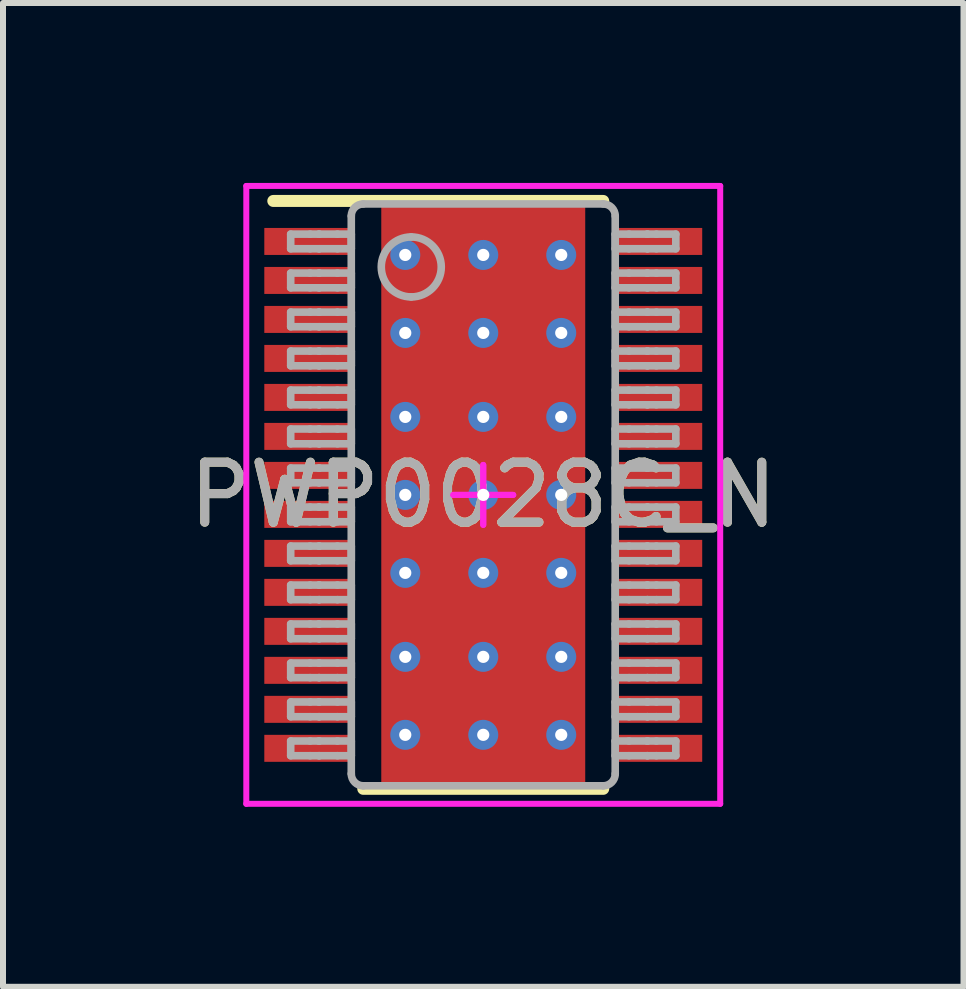
<source format=kicad_pcb>
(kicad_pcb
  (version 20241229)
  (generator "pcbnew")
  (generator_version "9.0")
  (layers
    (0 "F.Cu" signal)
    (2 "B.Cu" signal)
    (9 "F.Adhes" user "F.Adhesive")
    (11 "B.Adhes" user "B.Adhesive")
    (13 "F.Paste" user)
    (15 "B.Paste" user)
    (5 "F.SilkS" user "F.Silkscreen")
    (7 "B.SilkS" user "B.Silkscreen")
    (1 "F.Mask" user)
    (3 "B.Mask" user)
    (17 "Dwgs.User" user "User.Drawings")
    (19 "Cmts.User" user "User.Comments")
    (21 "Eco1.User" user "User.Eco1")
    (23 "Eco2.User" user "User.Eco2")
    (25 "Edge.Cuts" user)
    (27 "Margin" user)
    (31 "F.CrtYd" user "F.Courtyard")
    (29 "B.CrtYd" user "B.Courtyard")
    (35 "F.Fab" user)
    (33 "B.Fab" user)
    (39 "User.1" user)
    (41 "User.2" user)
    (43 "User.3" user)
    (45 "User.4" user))
  (footprint "PWP0028C_N"
    (layer "F.Cu")
    (at 5.006 5.2)
    (property "Reference" "PWP0028C_N" (at 0 0 0) (unlocked yes) (layer "F.SilkS") (effects (font (size 1 1) (thickness 0.15))))
    (attr smd)
    (fp_poly (pts (xy -1.55 2.543) (xy -1.55 -2.543) (xy -1.549 -2.553) (xy -1.546 -2.561) (xy -1.542 -2.569) (xy -1.536 -2.576) (xy -1.529 -2.582) (xy -1.521 -2.586) (xy -1.513 -2.589) (xy -1.504 -2.59) (xy 1.504 -2.59) (xy 1.513 -2.589) (xy 1.521 -2.586) (xy 1.529 -2.582) (xy 1.536 -2.576) (xy 1.542 -2.569) (xy 1.546 -2.561) (xy 1.549 -2.553) (xy 1.55 -2.543) (xy 1.55 2.543) (xy 1.549 2.553) (xy 1.546 2.561) (xy 1.542 2.569) (xy 1.536 2.576) (xy 1.529 2.582) (xy 1.521 2.586) (xy 1.513 2.589) (xy 1.504 2.59) (xy -1.504 2.59) (xy -1.513 2.589) (xy -1.521 2.586) (xy -1.529 2.582) (xy -1.536 2.576) (xy -1.542 2.569) (xy -1.546 2.561) (xy -1.549 2.553)) (stroke (width 0) (type solid)) (fill yes) (layer "F.Mask"))
    (fp_line (start -3.5 -4.9) (end 2 -4.9) (stroke (width 0.2) (type solid)) (layer "F.SilkS"))
    (fp_line (start -2 4.9) (end 2 4.9) (stroke (width 0.2) (type solid)) (layer "F.SilkS"))
    (fp_poly (pts (xy -1.55 2.543) (xy -1.55 -2.543) (xy -1.549 -2.553) (xy -1.546 -2.561) (xy -1.542 -2.569) (xy -1.536 -2.576) (xy -1.529 -2.582) (xy -1.521 -2.586) (xy -1.513 -2.589) (xy -1.504 -2.59) (xy 1.504 -2.59) (xy 1.513 -2.589) (xy 1.521 -2.586) (xy 1.529 -2.582) (xy 1.536 -2.576) (xy 1.542 -2.569) (xy 1.546 -2.561) (xy 1.549 -2.553) (xy 1.55 -2.543) (xy 1.55 2.543) (xy 1.549 2.553) (xy 1.546 2.561) (xy 1.542 2.569) (xy 1.536 2.576) (xy 1.529 2.582) (xy 1.521 2.586) (xy 1.513 2.589) (xy 1.504 2.59) (xy -1.504 2.59) (xy -1.513 2.589) (xy -1.521 2.586) (xy -1.529 2.582) (xy -1.536 2.576) (xy -1.542 2.569) (xy -1.546 2.561) (xy -1.549 2.553)) (stroke (width 0) (type solid)) (fill yes) (layer "F.Paste"))
    (fp_line (start -3.95 -5.15) (end 3.95 -5.15) (stroke (width 0.1) (type solid)) (layer "F.CrtYd"))
    (fp_line (start -3.95 5.15) (end -3.95 -5.15) (stroke (width 0.1) (type solid)) (layer "F.CrtYd"))
    (fp_line (start -3.95 5.15) (end 3.95 5.15) (stroke (width 0.1) (type solid)) (layer "F.CrtYd"))
    (fp_line (start -0.5 0) (end 0.5 0) (stroke (width 0.1) (type solid)) (layer "F.CrtYd"))
    (fp_line (start -0.5 0) (end 0.5 0) (stroke (width 0.1) (type solid)) (layer "F.CrtYd"))
    (fp_line (start 0 0.5) (end 0 -0.5) (stroke (width 0.1) (type solid)) (layer "F.CrtYd"))
    (fp_line (start 0 0.5) (end 0 -0.5) (stroke (width 0.1) (type solid)) (layer "F.CrtYd"))
    (fp_line (start 3.95 5.15) (end 3.95 -5.15) (stroke (width 0.1) (type solid)) (layer "F.CrtYd"))
    (fp_line (start -3.21 -4.347) (end -2.887 -4.347) (stroke (width 0.127) (type solid)) (layer "F.Fab"))
    (fp_line (start -3.21 -4.103) (end -3.21 -4.347) (stroke (width 0.127) (type solid)) (layer "F.Fab"))
    (fp_line (start -3.21 -4.103) (end -2.887 -4.103) (stroke (width 0.127) (type solid)) (layer "F.Fab"))
    (fp_line (start -3.21 -3.698) (end -2.887 -3.698) (stroke (width 0.127) (type solid)) (layer "F.Fab"))
    (fp_line (start -3.21 -3.452) (end -3.21 -3.698) (stroke (width 0.127) (type solid)) (layer "F.Fab"))
    (fp_line (start -3.21 -3.452) (end -2.887 -3.452) (stroke (width 0.127) (type solid)) (layer "F.Fab"))
    (fp_line (start -3.21 -3.047) (end -2.887 -3.047) (stroke (width 0.127) (type solid)) (layer "F.Fab"))
    (fp_line (start -3.21 -2.803) (end -3.21 -3.047) (stroke (width 0.127) (type solid)) (layer "F.Fab"))
    (fp_line (start -3.21 -2.803) (end -2.887 -2.803) (stroke (width 0.127) (type solid)) (layer "F.Fab"))
    (fp_line (start -3.21 -2.398) (end -2.887 -2.398) (stroke (width 0.127) (type solid)) (layer "F.Fab"))
    (fp_line (start -3.21 -2.152) (end -3.21 -2.398) (stroke (width 0.127) (type solid)) (layer "F.Fab"))
    (fp_line (start -3.21 -2.152) (end -2.887 -2.152) (stroke (width 0.127) (type solid)) (layer "F.Fab"))
    (fp_line (start -3.21 -1.747) (end -2.887 -1.747) (stroke (width 0.127) (type solid)) (layer "F.Fab"))
    (fp_line (start -3.21 -1.502) (end -3.21 -1.747) (stroke (width 0.127) (type solid)) (layer "F.Fab"))
    (fp_line (start -3.21 -1.502) (end -2.887 -1.502) (stroke (width 0.127) (type solid)) (layer "F.Fab"))
    (fp_line (start -3.21 -1.098) (end -2.887 -1.098) (stroke (width 0.127) (type solid)) (layer "F.Fab"))
    (fp_line (start -3.21 -0.852) (end -3.21 -1.098) (stroke (width 0.127) (type solid)) (layer "F.Fab"))
    (fp_line (start -3.21 -0.852) (end -2.887 -0.852) (stroke (width 0.127) (type solid)) (layer "F.Fab"))
    (fp_line (start -3.21 -0.447) (end -2.887 -0.447) (stroke (width 0.127) (type solid)) (layer "F.Fab"))
    (fp_line (start -3.21 -0.202) (end -3.21 -0.447) (stroke (width 0.127) (type solid)) (layer "F.Fab"))
    (fp_line (start -3.21 -0.202) (end -2.887 -0.202) (stroke (width 0.127) (type solid)) (layer "F.Fab"))
    (fp_line (start -3.21 0.203) (end -2.887 0.203) (stroke (width 0.127) (type solid)) (layer "F.Fab"))
    (fp_line (start -3.21 0.448) (end -3.21 0.203) (stroke (width 0.127) (type solid)) (layer "F.Fab"))
    (fp_line (start -3.21 0.448) (end -2.887 0.448) (stroke (width 0.127) (type solid)) (layer "F.Fab"))
    (fp_line (start -3.21 0.853) (end -2.887 0.853) (stroke (width 0.127) (type solid)) (layer "F.Fab"))
    (fp_line (start -3.21 1.098) (end -3.21 0.853) (stroke (width 0.127) (type solid)) (layer "F.Fab"))
    (fp_line (start -3.21 1.098) (end -2.887 1.098) (stroke (width 0.127) (type solid)) (layer "F.Fab"))
    (fp_line (start -3.21 1.503) (end -2.887 1.503) (stroke (width 0.127) (type solid)) (layer "F.Fab"))
    (fp_line (start -3.21 1.747) (end -3.21 1.503) (stroke (width 0.127) (type solid)) (layer "F.Fab"))
    (fp_line (start -3.21 1.747) (end -2.887 1.747) (stroke (width 0.127) (type solid)) (layer "F.Fab"))
    (fp_line (start -3.21 2.152) (end -2.887 2.152) (stroke (width 0.127) (type solid)) (layer "F.Fab"))
    (fp_line (start -3.21 2.398) (end -3.21 2.152) (stroke (width 0.127) (type solid)) (layer "F.Fab"))
    (fp_line (start -3.21 2.398) (end -2.887 2.398) (stroke (width 0.127) (type solid)) (layer "F.Fab"))
    (fp_line (start -3.21 2.803) (end -2.887 2.803) (stroke (width 0.127) (type solid)) (layer "F.Fab"))
    (fp_line (start -3.21 3.047) (end -3.21 2.803) (stroke (width 0.127) (type solid)) (layer "F.Fab"))
    (fp_line (start -3.21 3.047) (end -2.887 3.047) (stroke (width 0.127) (type solid)) (layer "F.Fab"))
    (fp_line (start -3.21 3.452) (end -2.887 3.452) (stroke (width 0.127) (type solid)) (layer "F.Fab"))
    (fp_line (start -3.21 3.698) (end -3.21 3.452) (stroke (width 0.127) (type solid)) (layer "F.Fab"))
    (fp_line (start -3.21 3.698) (end -2.887 3.698) (stroke (width 0.127) (type solid)) (layer "F.Fab"))
    (fp_line (start -3.21 4.103) (end -2.887 4.103) (stroke (width 0.127) (type solid)) (layer "F.Fab"))
    (fp_line (start -3.21 4.348) (end -3.21 4.103) (stroke (width 0.127) (type solid)) (layer "F.Fab"))
    (fp_line (start -3.21 4.348) (end -2.887 4.348) (stroke (width 0.127) (type solid)) (layer "F.Fab"))
    (fp_line (start -2.887 -4.347) (end -2.739 -4.347) (stroke (width 0.127) (type solid)) (layer "F.Fab"))
    (fp_line (start -2.887 -4.103) (end -2.739 -4.103) (stroke (width 0.127) (type solid)) (layer "F.Fab"))
    (fp_line (start -2.887 -3.698) (end -2.739 -3.698) (stroke (width 0.127) (type solid)) (layer "F.Fab"))
    (fp_line (start -2.887 -3.452) (end -2.739 -3.452) (stroke (width 0.127) (type solid)) (layer "F.Fab"))
    (fp_line (start -2.887 -3.047) (end -2.739 -3.047) (stroke (width 0.127) (type solid)) (layer "F.Fab"))
    (fp_line (start -2.887 -2.803) (end -2.739 -2.803) (stroke (width 0.127) (type solid)) (layer "F.Fab"))
    (fp_line (start -2.887 -2.398) (end -2.739 -2.398) (stroke (width 0.127) (type solid)) (layer "F.Fab"))
    (fp_line (start -2.887 -2.152) (end -2.739 -2.152) (stroke (width 0.127) (type solid)) (layer "F.Fab"))
    (fp_line (start -2.887 -1.747) (end -2.739 -1.747) (stroke (width 0.127) (type solid)) (layer "F.Fab"))
    (fp_line (start -2.887 -1.502) (end -2.739 -1.502) (stroke (width 0.127) (type solid)) (layer "F.Fab"))
    (fp_line (start -2.887 -1.098) (end -2.739 -1.098) (stroke (width 0.127) (type solid)) (layer "F.Fab"))
    (fp_line (start -2.887 -0.852) (end -2.739 -0.852) (stroke (width 0.127) (type solid)) (layer "F.Fab"))
    (fp_line (start -2.887 -0.447) (end -2.739 -0.447) (stroke (width 0.127) (type solid)) (layer "F.Fab"))
    (fp_line (start -2.887 -0.202) (end -2.739 -0.202) (stroke (width 0.127) (type solid)) (layer "F.Fab"))
    (fp_line (start -2.887 0.203) (end -2.739 0.203) (stroke (width 0.127) (type solid)) (layer "F.Fab"))
    (fp_line (start -2.887 0.448) (end -2.739 0.448) (stroke (width 0.127) (type solid)) (layer "F.Fab"))
    (fp_line (start -2.887 0.853) (end -2.739 0.853) (stroke (width 0.127) (type solid)) (layer "F.Fab"))
    (fp_line (start -2.887 1.098) (end -2.739 1.098) (stroke (width 0.127) (type solid)) (layer "F.Fab"))
    (fp_line (start -2.887 1.503) (end -2.739 1.503) (stroke (width 0.127) (type solid)) (layer "F.Fab"))
    (fp_line (start -2.887 1.747) (end -2.739 1.747) (stroke (width 0.127) (type solid)) (layer "F.Fab"))
    (fp_line (start -2.887 2.152) (end -2.739 2.152) (stroke (width 0.127) (type solid)) (layer "F.Fab"))
    (fp_line (start -2.887 2.398) (end -2.739 2.398) (stroke (width 0.127) (type solid)) (layer "F.Fab"))
    (fp_line (start -2.887 2.803) (end -2.739 2.803) (stroke (width 0.127) (type solid)) (layer "F.Fab"))
    (fp_line (start -2.887 3.047) (end -2.739 3.047) (stroke (width 0.127) (type solid)) (layer "F.Fab"))
    (fp_line (start -2.887 3.452) (end -2.739 3.452) (stroke (width 0.127) (type solid)) (layer "F.Fab"))
    (fp_line (start -2.887 3.698) (end -2.739 3.698) (stroke (width 0.127) (type solid)) (layer "F.Fab"))
    (fp_line (start -2.887 4.103) (end -2.739 4.103) (stroke (width 0.127) (type solid)) (layer "F.Fab"))
    (fp_line (start -2.887 4.348) (end -2.739 4.348) (stroke (width 0.127) (type solid)) (layer "F.Fab"))
    (fp_line (start -2.739 -4.347) (end -2.733 -4.347) (stroke (width 0.127) (type solid)) (layer "F.Fab"))
    (fp_line (start -2.739 -4.103) (end -2.733 -4.103) (stroke (width 0.127) (type solid)) (layer "F.Fab"))
    (fp_line (start -2.739 -3.698) (end -2.733 -3.698) (stroke (width 0.127) (type solid)) (layer "F.Fab"))
    (fp_line (start -2.739 -3.452) (end -2.733 -3.452) (stroke (width 0.127) (type solid)) (layer "F.Fab"))
    (fp_line (start -2.739 -3.047) (end -2.733 -3.047) (stroke (width 0.127) (type solid)) (layer "F.Fab"))
    (fp_line (start -2.739 -2.803) (end -2.733 -2.803) (stroke (width 0.127) (type solid)) (layer "F.Fab"))
    (fp_line (start -2.739 -2.398) (end -2.733 -2.398) (stroke (width 0.127) (type solid)) (layer "F.Fab"))
    (fp_line (start -2.739 -2.152) (end -2.733 -2.152) (stroke (width 0.127) (type solid)) (layer "F.Fab"))
    (fp_line (start -2.739 -1.747) (end -2.733 -1.747) (stroke (width 0.127) (type solid)) (layer "F.Fab"))
    (fp_line (start -2.739 -1.502) (end -2.733 -1.502) (stroke (width 0.127) (type solid)) (layer "F.Fab"))
    (fp_line (start -2.739 -1.098) (end -2.733 -1.098) (stroke (width 0.127) (type solid)) (layer "F.Fab"))
    (fp_line (start -2.739 -0.852) (end -2.733 -0.852) (stroke (width 0.127) (type solid)) (layer "F.Fab"))
    (fp_line (start -2.739 -0.447) (end -2.733 -0.447) (stroke (width 0.127) (type solid)) (layer "F.Fab"))
    (fp_line (start -2.739 -0.202) (end -2.733 -0.202) (stroke (width 0.127) (type solid)) (layer "F.Fab"))
    (fp_line (start -2.739 0.203) (end -2.733 0.203) (stroke (width 0.127) (type solid)) (layer "F.Fab"))
    (fp_line (start -2.739 0.448) (end -2.733 0.448) (stroke (width 0.127) (type solid)) (layer "F.Fab"))
    (fp_line (start -2.739 0.853) (end -2.733 0.853) (stroke (width 0.127) (type solid)) (layer "F.Fab"))
    (fp_line (start -2.739 1.098) (end -2.733 1.098) (stroke (width 0.127) (type solid)) (layer "F.Fab"))
    (fp_line (start -2.739 1.503) (end -2.733 1.503) (stroke (width 0.127) (type solid)) (layer "F.Fab"))
    (fp_line (start -2.739 1.747) (end -2.733 1.747) (stroke (width 0.127) (type solid)) (layer "F.Fab"))
    (fp_line (start -2.739 2.152) (end -2.733 2.152) (stroke (width 0.127) (type solid)) (layer "F.Fab"))
    (fp_line (start -2.739 2.398) (end -2.733 2.398) (stroke (width 0.127) (type solid)) (layer "F.Fab"))
    (fp_line (start -2.739 2.803) (end -2.733 2.803) (stroke (width 0.127) (type solid)) (layer "F.Fab"))
    (fp_line (start -2.739 3.047) (end -2.733 3.047) (stroke (width 0.127) (type solid)) (layer "F.Fab"))
    (fp_line (start -2.739 3.452) (end -2.733 3.452) (stroke (width 0.127) (type solid)) (layer "F.Fab"))
    (fp_line (start -2.739 3.698) (end -2.733 3.698) (stroke (width 0.127) (type solid)) (layer "F.Fab"))
    (fp_line (start -2.739 4.103) (end -2.733 4.103) (stroke (width 0.127) (type solid)) (layer "F.Fab"))
    (fp_line (start -2.739 4.348) (end -2.733 4.348) (stroke (width 0.127) (type solid)) (layer "F.Fab"))
    (fp_line (start -2.733 -4.347) (end -2.431 -4.347) (stroke (width 0.127) (type solid)) (layer "F.Fab"))
    (fp_line (start -2.733 -4.103) (end -2.431 -4.103) (stroke (width 0.127) (type solid)) (layer "F.Fab"))
    (fp_line (start -2.733 -3.698) (end -2.431 -3.698) (stroke (width 0.127) (type solid)) (layer "F.Fab"))
    (fp_line (start -2.733 -3.452) (end -2.431 -3.452) (stroke (width 0.127) (type solid)) (layer "F.Fab"))
    (fp_line (start -2.733 -3.047) (end -2.431 -3.047) (stroke (width 0.127) (type solid)) (layer "F.Fab"))
    (fp_line (start -2.733 -2.803) (end -2.431 -2.803) (stroke (width 0.127) (type solid)) (layer "F.Fab"))
    (fp_line (start -2.733 -2.398) (end -2.431 -2.398) (stroke (width 0.127) (type solid)) (layer "F.Fab"))
    (fp_line (start -2.733 -2.152) (end -2.431 -2.152) (stroke (width 0.127) (type solid)) (layer "F.Fab"))
    (fp_line (start -2.733 -1.747) (end -2.431 -1.747) (stroke (width 0.127) (type solid)) (layer "F.Fab"))
    (fp_line (start -2.733 -1.502) (end -2.431 -1.502) (stroke (width 0.127) (type solid)) (layer "F.Fab"))
    (fp_line (start -2.733 -1.098) (end -2.431 -1.098) (stroke (width 0.127) (type solid)) (layer "F.Fab"))
    (fp_line (start -2.733 -0.852) (end -2.431 -0.852) (stroke (width 0.127) (type solid)) (layer "F.Fab"))
    (fp_line (start -2.733 -0.447) (end -2.431 -0.447) (stroke (width 0.127) (type solid)) (layer "F.Fab"))
    (fp_line (start -2.733 -0.202) (end -2.431 -0.202) (stroke (width 0.127) (type solid)) (layer "F.Fab"))
    (fp_line (start -2.733 0.203) (end -2.431 0.203) (stroke (width 0.127) (type solid)) (layer "F.Fab"))
    (fp_line (start -2.733 0.448) (end -2.431 0.448) (stroke (width 0.127) (type solid)) (layer "F.Fab"))
    (fp_line (start -2.733 0.853) (end -2.431 0.853) (stroke (width 0.127) (type solid)) (layer "F.Fab"))
    (fp_line (start -2.733 1.098) (end -2.431 1.098) (stroke (width 0.127) (type solid)) (layer "F.Fab"))
    (fp_line (start -2.733 1.503) (end -2.431 1.503) (stroke (width 0.127) (type solid)) (layer "F.Fab"))
    (fp_line (start -2.733 1.747) (end -2.431 1.747) (stroke (width 0.127) (type solid)) (layer "F.Fab"))
    (fp_line (start -2.733 2.152) (end -2.431 2.152) (stroke (width 0.127) (type solid)) (layer "F.Fab"))
    (fp_line (start -2.733 2.398) (end -2.431 2.398) (stroke (width 0.127) (type solid)) (layer "F.Fab"))
    (fp_line (start -2.733 2.803) (end -2.431 2.803) (stroke (width 0.127) (type solid)) (layer "F.Fab"))
    (fp_line (start -2.733 3.047) (end -2.431 3.047) (stroke (width 0.127) (type solid)) (layer "F.Fab"))
    (fp_line (start -2.733 3.452) (end -2.431 3.452) (stroke (width 0.127) (type solid)) (layer "F.Fab"))
    (fp_line (start -2.733 3.698) (end -2.431 3.698) (stroke (width 0.127) (type solid)) (layer "F.Fab"))
    (fp_line (start -2.733 4.103) (end -2.431 4.103) (stroke (width 0.127) (type solid)) (layer "F.Fab"))
    (fp_line (start -2.733 4.348) (end -2.431 4.348) (stroke (width 0.127) (type solid)) (layer "F.Fab"))
    (fp_line (start -2.431 -4.347) (end -2.2 -4.347) (stroke (width 0.127) (type solid)) (layer "F.Fab"))
    (fp_line (start -2.431 -4.103) (end -2.2 -4.103) (stroke (width 0.127) (type solid)) (layer "F.Fab"))
    (fp_line (start -2.431 -3.698) (end -2.2 -3.698) (stroke (width 0.127) (type solid)) (layer "F.Fab"))
    (fp_line (start -2.431 -3.452) (end -2.2 -3.452) (stroke (width 0.127) (type solid)) (layer "F.Fab"))
    (fp_line (start -2.431 -3.047) (end -2.2 -3.047) (stroke (width 0.127) (type solid)) (layer "F.Fab"))
    (fp_line (start -2.431 -2.803) (end -2.2 -2.803) (stroke (width 0.127) (type solid)) (layer "F.Fab"))
    (fp_line (start -2.431 -2.398) (end -2.2 -2.398) (stroke (width 0.127) (type solid)) (layer "F.Fab"))
    (fp_line (start -2.431 -2.152) (end -2.2 -2.152) (stroke (width 0.127) (type solid)) (layer "F.Fab"))
    (fp_line (start -2.431 -1.747) (end -2.2 -1.747) (stroke (width 0.127) (type solid)) (layer "F.Fab"))
    (fp_line (start -2.431 -1.502) (end -2.2 -1.502) (stroke (width 0.127) (type solid)) (layer "F.Fab"))
    (fp_line (start -2.431 -1.098) (end -2.2 -1.098) (stroke (width 0.127) (type solid)) (layer "F.Fab"))
    (fp_line (start -2.431 -0.852) (end -2.2 -0.852) (stroke (width 0.127) (type solid)) (layer "F.Fab"))
    (fp_line (start -2.431 -0.447) (end -2.2 -0.447) (stroke (width 0.127) (type solid)) (layer "F.Fab"))
    (fp_line (start -2.431 -0.202) (end -2.2 -0.202) (stroke (width 0.127) (type solid)) (layer "F.Fab"))
    (fp_line (start -2.431 0.203) (end -2.2 0.203) (stroke (width 0.127) (type solid)) (layer "F.Fab"))
    (fp_line (start -2.431 0.448) (end -2.2 0.448) (stroke (width 0.127) (type solid)) (layer "F.Fab"))
    (fp_line (start -2.431 0.853) (end -2.2 0.853) (stroke (width 0.127) (type solid)) (layer "F.Fab"))
    (fp_line (start -2.431 1.098) (end -2.2 1.098) (stroke (width 0.127) (type solid)) (layer "F.Fab"))
    (fp_line (start -2.431 1.503) (end -2.2 1.503) (stroke (width 0.127) (type solid)) (layer "F.Fab"))
    (fp_line (start -2.431 1.747) (end -2.2 1.747) (stroke (width 0.127) (type solid)) (layer "F.Fab"))
    (fp_line (start -2.431 2.152) (end -2.2 2.152) (stroke (width 0.127) (type solid)) (layer "F.Fab"))
    (fp_line (start -2.431 2.398) (end -2.2 2.398) (stroke (width 0.127) (type solid)) (layer "F.Fab"))
    (fp_line (start -2.431 2.803) (end -2.2 2.803) (stroke (width 0.127) (type solid)) (layer "F.Fab"))
    (fp_line (start -2.431 3.047) (end -2.2 3.047) (stroke (width 0.127) (type solid)) (layer "F.Fab"))
    (fp_line (start -2.431 3.452) (end -2.2 3.452) (stroke (width 0.127) (type solid)) (layer "F.Fab"))
    (fp_line (start -2.431 3.698) (end -2.2 3.698) (stroke (width 0.127) (type solid)) (layer "F.Fab"))
    (fp_line (start -2.431 4.103) (end -2.2 4.103) (stroke (width 0.127) (type solid)) (layer "F.Fab"))
    (fp_line (start -2.431 4.348) (end -2.2 4.348) (stroke (width 0.127) (type solid)) (layer "F.Fab"))
    (fp_line (start -2.2 -4.103) (end -2.2 -4.347) (stroke (width 0.127) (type solid)) (layer "F.Fab"))
    (fp_line (start -2.2 -3.452) (end -2.2 -3.698) (stroke (width 0.127) (type solid)) (layer "F.Fab"))
    (fp_line (start -2.2 -2.803) (end -2.2 -3.047) (stroke (width 0.127) (type solid)) (layer "F.Fab"))
    (fp_line (start -2.2 -2.152) (end -2.2 -2.398) (stroke (width 0.127) (type solid)) (layer "F.Fab"))
    (fp_line (start -2.2 -1.502) (end -2.2 -1.747) (stroke (width 0.127) (type solid)) (layer "F.Fab"))
    (fp_line (start -2.2 -0.852) (end -2.2 -1.098) (stroke (width 0.127) (type solid)) (layer "F.Fab"))
    (fp_line (start -2.2 -0.202) (end -2.2 -0.447) (stroke (width 0.127) (type solid)) (layer "F.Fab"))
    (fp_line (start -2.2 0.448) (end -2.2 0.203) (stroke (width 0.127) (type solid)) (layer "F.Fab"))
    (fp_line (start -2.2 1.098) (end -2.2 0.853) (stroke (width 0.127) (type solid)) (layer "F.Fab"))
    (fp_line (start -2.2 1.747) (end -2.2 1.503) (stroke (width 0.127) (type solid)) (layer "F.Fab"))
    (fp_line (start -2.2 2.398) (end -2.2 2.152) (stroke (width 0.127) (type solid)) (layer "F.Fab"))
    (fp_line (start -2.2 3.047) (end -2.2 2.803) (stroke (width 0.127) (type solid)) (layer "F.Fab"))
    (fp_line (start -2.2 3.698) (end -2.2 3.452) (stroke (width 0.127) (type solid)) (layer "F.Fab"))
    (fp_line (start -2.2 4.348) (end -2.2 4.103) (stroke (width 0.127) (type solid)) (layer "F.Fab"))
    (fp_line (start -2.2 4.65) (end -2.2 -4.65) (stroke (width 0.127) (type solid)) (layer "F.Fab"))
    (fp_line (start -2 -4.85) (end 2 -4.85) (stroke (width 0.127) (type solid)) (layer "F.Fab"))
    (fp_line (start -2 4.85) (end 2 4.85) (stroke (width 0.127) (type solid)) (layer "F.Fab"))
    (fp_line (start 2.2 -4.347) (end 2.43 -4.347) (stroke (width 0.127) (type solid)) (layer "F.Fab"))
    (fp_line (start 2.2 -4.103) (end 2.2 -4.347) (stroke (width 0.127) (type solid)) (layer "F.Fab"))
    (fp_line (start 2.2 -4.103) (end 2.43 -4.103) (stroke (width 0.127) (type solid)) (layer "F.Fab"))
    (fp_line (start 2.2 -3.698) (end 2.43 -3.698) (stroke (width 0.127) (type solid)) (layer "F.Fab"))
    (fp_line (start 2.2 -3.452) (end 2.2 -3.698) (stroke (width 0.127) (type solid)) (layer "F.Fab"))
    (fp_line (start 2.2 -3.452) (end 2.43 -3.452) (stroke (width 0.127) (type solid)) (layer "F.Fab"))
    (fp_line (start 2.2 -3.047) (end 2.43 -3.047) (stroke (width 0.127) (type solid)) (layer "F.Fab"))
    (fp_line (start 2.2 -2.803) (end 2.2 -3.047) (stroke (width 0.127) (type solid)) (layer "F.Fab"))
    (fp_line (start 2.2 -2.803) (end 2.43 -2.803) (stroke (width 0.127) (type solid)) (layer "F.Fab"))
    (fp_line (start 2.2 -2.398) (end 2.43 -2.398) (stroke (width 0.127) (type solid)) (layer "F.Fab"))
    (fp_line (start 2.2 -2.152) (end 2.2 -2.398) (stroke (width 0.127) (type solid)) (layer "F.Fab"))
    (fp_line (start 2.2 -2.152) (end 2.43 -2.152) (stroke (width 0.127) (type solid)) (layer "F.Fab"))
    (fp_line (start 2.2 -1.747) (end 2.43 -1.747) (stroke (width 0.127) (type solid)) (layer "F.Fab"))
    (fp_line (start 2.2 -1.502) (end 2.2 -1.747) (stroke (width 0.127) (type solid)) (layer "F.Fab"))
    (fp_line (start 2.2 -1.502) (end 2.43 -1.502) (stroke (width 0.127) (type solid)) (layer "F.Fab"))
    (fp_line (start 2.2 -1.098) (end 2.43 -1.098) (stroke (width 0.127) (type solid)) (layer "F.Fab"))
    (fp_line (start 2.2 -0.852) (end 2.2 -1.098) (stroke (width 0.127) (type solid)) (layer "F.Fab"))
    (fp_line (start 2.2 -0.852) (end 2.43 -0.852) (stroke (width 0.127) (type solid)) (layer "F.Fab"))
    (fp_line (start 2.2 -0.447) (end 2.43 -0.447) (stroke (width 0.127) (type solid)) (layer "F.Fab"))
    (fp_line (start 2.2 -0.202) (end 2.2 -0.447) (stroke (width 0.127) (type solid)) (layer "F.Fab"))
    (fp_line (start 2.2 -0.202) (end 2.43 -0.202) (stroke (width 0.127) (type solid)) (layer "F.Fab"))
    (fp_line (start 2.2 0.203) (end 2.43 0.203) (stroke (width 0.127) (type solid)) (layer "F.Fab"))
    (fp_line (start 2.2 0.448) (end 2.2 0.203) (stroke (width 0.127) (type solid)) (layer "F.Fab"))
    (fp_line (start 2.2 0.448) (end 2.43 0.448) (stroke (width 0.127) (type solid)) (layer "F.Fab"))
    (fp_line (start 2.2 0.853) (end 2.43 0.853) (stroke (width 0.127) (type solid)) (layer "F.Fab"))
    (fp_line (start 2.2 1.098) (end 2.2 0.853) (stroke (width 0.127) (type solid)) (layer "F.Fab"))
    (fp_line (start 2.2 1.098) (end 2.43 1.098) (stroke (width 0.127) (type solid)) (layer "F.Fab"))
    (fp_line (start 2.2 1.503) (end 2.43 1.503) (stroke (width 0.127) (type solid)) (layer "F.Fab"))
    (fp_line (start 2.2 1.747) (end 2.2 1.503) (stroke (width 0.127) (type solid)) (layer "F.Fab"))
    (fp_line (start 2.2 1.747) (end 2.43 1.747) (stroke (width 0.127) (type solid)) (layer "F.Fab"))
    (fp_line (start 2.2 2.152) (end 2.43 2.152) (stroke (width 0.127) (type solid)) (layer "F.Fab"))
    (fp_line (start 2.2 2.398) (end 2.2 2.152) (stroke (width 0.127) (type solid)) (layer "F.Fab"))
    (fp_line (start 2.2 2.398) (end 2.43 2.398) (stroke (width 0.127) (type solid)) (layer "F.Fab"))
    (fp_line (start 2.2 2.803) (end 2.43 2.803) (stroke (width 0.127) (type solid)) (layer "F.Fab"))
    (fp_line (start 2.2 3.047) (end 2.2 2.803) (stroke (width 0.127) (type solid)) (layer "F.Fab"))
    (fp_line (start 2.2 3.047) (end 2.43 3.047) (stroke (width 0.127) (type solid)) (layer "F.Fab"))
    (fp_line (start 2.2 3.452) (end 2.43 3.452) (stroke (width 0.127) (type solid)) (layer "F.Fab"))
    (fp_line (start 2.2 3.698) (end 2.2 3.452) (stroke (width 0.127) (type solid)) (layer "F.Fab"))
    (fp_line (start 2.2 3.698) (end 2.43 3.698) (stroke (width 0.127) (type solid)) (layer "F.Fab"))
    (fp_line (start 2.2 4.103) (end 2.43 4.103) (stroke (width 0.127) (type solid)) (layer "F.Fab"))
    (fp_line (start 2.2 4.348) (end 2.2 4.103) (stroke (width 0.127) (type solid)) (layer "F.Fab"))
    (fp_line (start 2.2 4.348) (end 2.43 4.348) (stroke (width 0.127) (type solid)) (layer "F.Fab"))
    (fp_line (start 2.2 4.65) (end 2.2 -4.65) (stroke (width 0.127) (type solid)) (layer "F.Fab"))
    (fp_line (start 2.43 -4.347) (end 2.733 -4.347) (stroke (width 0.127) (type solid)) (layer "F.Fab"))
    (fp_line (start 2.43 -4.103) (end 2.733 -4.103) (stroke (width 0.127) (type solid)) (layer "F.Fab"))
    (fp_line (start 2.43 -3.698) (end 2.733 -3.698) (stroke (width 0.127) (type solid)) (layer "F.Fab"))
    (fp_line (start 2.43 -3.452) (end 2.733 -3.452) (stroke (width 0.127) (type solid)) (layer "F.Fab"))
    (fp_line (start 2.43 -3.047) (end 2.733 -3.047) (stroke (width 0.127) (type solid)) (layer "F.Fab"))
    (fp_line (start 2.43 -2.803) (end 2.733 -2.803) (stroke (width 0.127) (type solid)) (layer "F.Fab"))
    (fp_line (start 2.43 -2.398) (end 2.733 -2.398) (stroke (width 0.127) (type solid)) (layer "F.Fab"))
    (fp_line (start 2.43 -2.152) (end 2.733 -2.152) (stroke (width 0.127) (type solid)) (layer "F.Fab"))
    (fp_line (start 2.43 -1.747) (end 2.733 -1.747) (stroke (width 0.127) (type solid)) (layer "F.Fab"))
    (fp_line (start 2.43 -1.502) (end 2.733 -1.502) (stroke (width 0.127) (type solid)) (layer "F.Fab"))
    (fp_line (start 2.43 -1.098) (end 2.733 -1.098) (stroke (width 0.127) (type solid)) (layer "F.Fab"))
    (fp_line (start 2.43 -0.852) (end 2.733 -0.852) (stroke (width 0.127) (type solid)) (layer "F.Fab"))
    (fp_line (start 2.43 -0.447) (end 2.733 -0.447) (stroke (width 0.127) (type solid)) (layer "F.Fab"))
    (fp_line (start 2.43 -0.202) (end 2.733 -0.202) (stroke (width 0.127) (type solid)) (layer "F.Fab"))
    (fp_line (start 2.43 0.203) (end 2.733 0.203) (stroke (width 0.127) (type solid)) (layer "F.Fab"))
    (fp_line (start 2.43 0.448) (end 2.733 0.448) (stroke (width 0.127) (type solid)) (layer "F.Fab"))
    (fp_line (start 2.43 0.853) (end 2.733 0.853) (stroke (width 0.127) (type solid)) (layer "F.Fab"))
    (fp_line (start 2.43 1.098) (end 2.733 1.098) (stroke (width 0.127) (type solid)) (layer "F.Fab"))
    (fp_line (start 2.43 1.503) (end 2.733 1.503) (stroke (width 0.127) (type solid)) (layer "F.Fab"))
    (fp_line (start 2.43 1.747) (end 2.733 1.747) (stroke (width 0.127) (type solid)) (layer "F.Fab"))
    (fp_line (start 2.43 2.152) (end 2.733 2.152) (stroke (width 0.127) (type solid)) (layer "F.Fab"))
    (fp_line (start 2.43 2.398) (end 2.733 2.398) (stroke (width 0.127) (type solid)) (layer "F.Fab"))
    (fp_line (start 2.43 2.803) (end 2.733 2.803) (stroke (width 0.127) (type solid)) (layer "F.Fab"))
    (fp_line (start 2.43 3.047) (end 2.733 3.047) (stroke (width 0.127) (type solid)) (layer "F.Fab"))
    (fp_line (start 2.43 3.452) (end 2.733 3.452) (stroke (width 0.127) (type solid)) (layer "F.Fab"))
    (fp_line (start 2.43 3.698) (end 2.733 3.698) (stroke (width 0.127) (type solid)) (layer "F.Fab"))
    (fp_line (start 2.43 4.103) (end 2.733 4.103) (stroke (width 0.127) (type solid)) (layer "F.Fab"))
    (fp_line (start 2.43 4.348) (end 2.733 4.348) (stroke (width 0.127) (type solid)) (layer "F.Fab"))
    (fp_line (start 2.733 -4.347) (end 2.739 -4.347) (stroke (width 0.127) (type solid)) (layer "F.Fab"))
    (fp_line (start 2.733 -4.103) (end 2.739 -4.103) (stroke (width 0.127) (type solid)) (layer "F.Fab"))
    (fp_line (start 2.733 -3.698) (end 2.739 -3.698) (stroke (width 0.127) (type solid)) (layer "F.Fab"))
    (fp_line (start 2.733 -3.452) (end 2.739 -3.452) (stroke (width 0.127) (type solid)) (layer "F.Fab"))
    (fp_line (start 2.733 -3.047) (end 2.739 -3.047) (stroke (width 0.127) (type solid)) (layer "F.Fab"))
    (fp_line (start 2.733 -2.803) (end 2.739 -2.803) (stroke (width 0.127) (type solid)) (layer "F.Fab"))
    (fp_line (start 2.733 -2.398) (end 2.739 -2.398) (stroke (width 0.127) (type solid)) (layer "F.Fab"))
    (fp_line (start 2.733 -2.152) (end 2.739 -2.152) (stroke (width 0.127) (type solid)) (layer "F.Fab"))
    (fp_line (start 2.733 -1.747) (end 2.739 -1.747) (stroke (width 0.127) (type solid)) (layer "F.Fab"))
    (fp_line (start 2.733 -1.502) (end 2.739 -1.502) (stroke (width 0.127) (type solid)) (layer "F.Fab"))
    (fp_line (start 2.733 -1.098) (end 2.739 -1.098) (stroke (width 0.127) (type solid)) (layer "F.Fab"))
    (fp_line (start 2.733 -0.852) (end 2.739 -0.852) (stroke (width 0.127) (type solid)) (layer "F.Fab"))
    (fp_line (start 2.733 -0.447) (end 2.739 -0.447) (stroke (width 0.127) (type solid)) (layer "F.Fab"))
    (fp_line (start 2.733 -0.202) (end 2.739 -0.202) (stroke (width 0.127) (type solid)) (layer "F.Fab"))
    (fp_line (start 2.733 0.203) (end 2.739 0.203) (stroke (width 0.127) (type solid)) (layer "F.Fab"))
    (fp_line (start 2.733 0.448) (end 2.739 0.448) (stroke (width 0.127) (type solid)) (layer "F.Fab"))
    (fp_line (start 2.733 0.853) (end 2.739 0.853) (stroke (width 0.127) (type solid)) (layer "F.Fab"))
    (fp_line (start 2.733 1.098) (end 2.739 1.098) (stroke (width 0.127) (type solid)) (layer "F.Fab"))
    (fp_line (start 2.733 1.503) (end 2.739 1.503) (stroke (width 0.127) (type solid)) (layer "F.Fab"))
    (fp_line (start 2.733 1.747) (end 2.739 1.747) (stroke (width 0.127) (type solid)) (layer "F.Fab"))
    (fp_line (start 2.733 2.152) (end 2.739 2.152) (stroke (width 0.127) (type solid)) (layer "F.Fab"))
    (fp_line (start 2.733 2.398) (end 2.739 2.398) (stroke (width 0.127) (type solid)) (layer "F.Fab"))
    (fp_line (start 2.733 2.803) (end 2.739 2.803) (stroke (width 0.127) (type solid)) (layer "F.Fab"))
    (fp_line (start 2.733 3.047) (end 2.739 3.047) (stroke (width 0.127) (type solid)) (layer "F.Fab"))
    (fp_line (start 2.733 3.452) (end 2.739 3.452) (stroke (width 0.127) (type solid)) (layer "F.Fab"))
    (fp_line (start 2.733 3.698) (end 2.739 3.698) (stroke (width 0.127) (type solid)) (layer "F.Fab"))
    (fp_line (start 2.733 4.103) (end 2.739 4.103) (stroke (width 0.127) (type solid)) (layer "F.Fab"))
    (fp_line (start 2.733 4.348) (end 2.739 4.348) (stroke (width 0.127) (type solid)) (layer "F.Fab"))
    (fp_line (start 2.739 -4.347) (end 2.887 -4.347) (stroke (width 0.127) (type solid)) (layer "F.Fab"))
    (fp_line (start 2.739 -4.103) (end 2.887 -4.103) (stroke (width 0.127) (type solid)) (layer "F.Fab"))
    (fp_line (start 2.739 -3.698) (end 2.887 -3.698) (stroke (width 0.127) (type solid)) (layer "F.Fab"))
    (fp_line (start 2.739 -3.452) (end 2.887 -3.452) (stroke (width 0.127) (type solid)) (layer "F.Fab"))
    (fp_line (start 2.739 -3.047) (end 2.887 -3.047) (stroke (width 0.127) (type solid)) (layer "F.Fab"))
    (fp_line (start 2.739 -2.803) (end 2.887 -2.803) (stroke (width 0.127) (type solid)) (layer "F.Fab"))
    (fp_line (start 2.739 -2.398) (end 2.887 -2.398) (stroke (width 0.127) (type solid)) (layer "F.Fab"))
    (fp_line (start 2.739 -2.152) (end 2.887 -2.152) (stroke (width 0.127) (type solid)) (layer "F.Fab"))
    (fp_line (start 2.739 -1.747) (end 2.887 -1.747) (stroke (width 0.127) (type solid)) (layer "F.Fab"))
    (fp_line (start 2.739 -1.502) (end 2.887 -1.502) (stroke (width 0.127) (type solid)) (layer "F.Fab"))
    (fp_line (start 2.739 -1.098) (end 2.887 -1.098) (stroke (width 0.127) (type solid)) (layer "F.Fab"))
    (fp_line (start 2.739 -0.852) (end 2.887 -0.852) (stroke (width 0.127) (type solid)) (layer "F.Fab"))
    (fp_line (start 2.739 -0.447) (end 2.887 -0.447) (stroke (width 0.127) (type solid)) (layer "F.Fab"))
    (fp_line (start 2.739 -0.202) (end 2.887 -0.202) (stroke (width 0.127) (type solid)) (layer "F.Fab"))
    (fp_line (start 2.739 0.203) (end 2.887 0.203) (stroke (width 0.127) (type solid)) (layer "F.Fab"))
    (fp_line (start 2.739 0.448) (end 2.887 0.448) (stroke (width 0.127) (type solid)) (layer "F.Fab"))
    (fp_line (start 2.739 0.853) (end 2.887 0.853) (stroke (width 0.127) (type solid)) (layer "F.Fab"))
    (fp_line (start 2.739 1.098) (end 2.887 1.098) (stroke (width 0.127) (type solid)) (layer "F.Fab"))
    (fp_line (start 2.739 1.503) (end 2.887 1.503) (stroke (width 0.127) (type solid)) (layer "F.Fab"))
    (fp_line (start 2.739 1.747) (end 2.887 1.747) (stroke (width 0.127) (type solid)) (layer "F.Fab"))
    (fp_line (start 2.739 2.152) (end 2.887 2.152) (stroke (width 0.127) (type solid)) (layer "F.Fab"))
    (fp_line (start 2.739 2.398) (end 2.887 2.398) (stroke (width 0.127) (type solid)) (layer "F.Fab"))
    (fp_line (start 2.739 2.803) (end 2.887 2.803) (stroke (width 0.127) (type solid)) (layer "F.Fab"))
    (fp_line (start 2.739 3.047) (end 2.887 3.047) (stroke (width 0.127) (type solid)) (layer "F.Fab"))
    (fp_line (start 2.739 3.452) (end 2.887 3.452) (stroke (width 0.127) (type solid)) (layer "F.Fab"))
    (fp_line (start 2.739 3.698) (end 2.887 3.698) (stroke (width 0.127) (type solid)) (layer "F.Fab"))
    (fp_line (start 2.739 4.103) (end 2.887 4.103) (stroke (width 0.127) (type solid)) (layer "F.Fab"))
    (fp_line (start 2.739 4.348) (end 2.887 4.348) (stroke (width 0.127) (type solid)) (layer "F.Fab"))
    (fp_line (start 2.887 -4.347) (end 3.21 -4.347) (stroke (width 0.127) (type solid)) (layer "F.Fab"))
    (fp_line (start 2.887 -4.103) (end 3.21 -4.103) (stroke (width 0.127) (type solid)) (layer "F.Fab"))
    (fp_line (start 2.887 -3.698) (end 3.21 -3.698) (stroke (width 0.127) (type solid)) (layer "F.Fab"))
    (fp_line (start 2.887 -3.452) (end 3.21 -3.452) (stroke (width 0.127) (type solid)) (layer "F.Fab"))
    (fp_line (start 2.887 -3.047) (end 3.21 -3.047) (stroke (width 0.127) (type solid)) (layer "F.Fab"))
    (fp_line (start 2.887 -2.803) (end 3.21 -2.803) (stroke (width 0.127) (type solid)) (layer "F.Fab"))
    (fp_line (start 2.887 -2.398) (end 3.21 -2.398) (stroke (width 0.127) (type solid)) (layer "F.Fab"))
    (fp_line (start 2.887 -2.152) (end 3.21 -2.152) (stroke (width 0.127) (type solid)) (layer "F.Fab"))
    (fp_line (start 2.887 -1.747) (end 3.21 -1.747) (stroke (width 0.127) (type solid)) (layer "F.Fab"))
    (fp_line (start 2.887 -1.502) (end 3.21 -1.502) (stroke (width 0.127) (type solid)) (layer "F.Fab"))
    (fp_line (start 2.887 -1.098) (end 3.21 -1.098) (stroke (width 0.127) (type solid)) (layer "F.Fab"))
    (fp_line (start 2.887 -0.852) (end 3.21 -0.852) (stroke (width 0.127) (type solid)) (layer "F.Fab"))
    (fp_line (start 2.887 -0.447) (end 3.21 -0.447) (stroke (width 0.127) (type solid)) (layer "F.Fab"))
    (fp_line (start 2.887 -0.202) (end 3.21 -0.202) (stroke (width 0.127) (type solid)) (layer "F.Fab"))
    (fp_line (start 2.887 0.203) (end 3.21 0.203) (stroke (width 0.127) (type solid)) (layer "F.Fab"))
    (fp_line (start 2.887 0.448) (end 3.21 0.448) (stroke (width 0.127) (type solid)) (layer "F.Fab"))
    (fp_line (start 2.887 0.853) (end 3.21 0.853) (stroke (width 0.127) (type solid)) (layer "F.Fab"))
    (fp_line (start 2.887 1.098) (end 3.21 1.098) (stroke (width 0.127) (type solid)) (layer "F.Fab"))
    (fp_line (start 2.887 1.503) (end 3.21 1.503) (stroke (width 0.127) (type solid)) (layer "F.Fab"))
    (fp_line (start 2.887 1.747) (end 3.21 1.747) (stroke (width 0.127) (type solid)) (layer "F.Fab"))
    (fp_line (start 2.887 2.152) (end 3.21 2.152) (stroke (width 0.127) (type solid)) (layer "F.Fab"))
    (fp_line (start 2.887 2.398) (end 3.21 2.398) (stroke (width 0.127) (type solid)) (layer "F.Fab"))
    (fp_line (start 2.887 2.803) (end 3.21 2.803) (stroke (width 0.127) (type solid)) (layer "F.Fab"))
    (fp_line (start 2.887 3.047) (end 3.21 3.047) (stroke (width 0.127) (type solid)) (layer "F.Fab"))
    (fp_line (start 2.887 3.452) (end 3.21 3.452) (stroke (width 0.127) (type solid)) (layer "F.Fab"))
    (fp_line (start 2.887 3.698) (end 3.21 3.698) (stroke (width 0.127) (type solid)) (layer "F.Fab"))
    (fp_line (start 2.887 4.103) (end 3.21 4.103) (stroke (width 0.127) (type solid)) (layer "F.Fab"))
    (fp_line (start 2.887 4.348) (end 3.21 4.348) (stroke (width 0.127) (type solid)) (layer "F.Fab"))
    (fp_line (start 3.21 -4.103) (end 3.21 -4.347) (stroke (width 0.127) (type solid)) (layer "F.Fab"))
    (fp_line (start 3.21 -3.452) (end 3.21 -3.698) (stroke (width 0.127) (type solid)) (layer "F.Fab"))
    (fp_line (start 3.21 -2.803) (end 3.21 -3.047) (stroke (width 0.127) (type solid)) (layer "F.Fab"))
    (fp_line (start 3.21 -2.152) (end 3.21 -2.398) (stroke (width 0.127) (type solid)) (layer "F.Fab"))
    (fp_line (start 3.21 -1.502) (end 3.21 -1.747) (stroke (width 0.127) (type solid)) (layer "F.Fab"))
    (fp_line (start 3.21 -0.852) (end 3.21 -1.098) (stroke (width 0.127) (type solid)) (layer "F.Fab"))
    (fp_line (start 3.21 -0.202) (end 3.21 -0.447) (stroke (width 0.127) (type solid)) (layer "F.Fab"))
    (fp_line (start 3.21 0.448) (end 3.21 0.203) (stroke (width 0.127) (type solid)) (layer "F.Fab"))
    (fp_line (start 3.21 1.098) (end 3.21 0.853) (stroke (width 0.127) (type solid)) (layer "F.Fab"))
    (fp_line (start 3.21 1.747) (end 3.21 1.503) (stroke (width 0.127) (type solid)) (layer "F.Fab"))
    (fp_line (start 3.21 2.398) (end 3.21 2.152) (stroke (width 0.127) (type solid)) (layer "F.Fab"))
    (fp_line (start 3.21 3.047) (end 3.21 2.803) (stroke (width 0.127) (type solid)) (layer "F.Fab"))
    (fp_line (start 3.21 3.698) (end 3.21 3.452) (stroke (width 0.127) (type solid)) (layer "F.Fab"))
    (fp_line (start 3.21 4.348) (end 3.21 4.103) (stroke (width 0.127) (type solid)) (layer "F.Fab"))
    (fp_arc (start -2.200001 -4.650001) (mid -2.141422 -4.791422) (end -2.000001 -4.85) (stroke (width 0.127) (type solid)) (layer "F.Fab"))
    (fp_arc (start -2.000001 4.850006) (mid -2.141422 4.791427) (end -2.200001 4.650006) (stroke (width 0.127) (type solid)) (layer "F.Fab"))
    (fp_arc (start -1.200003 -4.299989) (mid -0.700004 -3.79999) (end -1.200003 -3.299991) (stroke (width 0.127) (type solid)) (layer "F.Fab"))
    (fp_arc (start -1.200003 -3.299991) (mid -1.700002 -3.79999) (end -1.200003 -4.299989) (stroke (width 0.127) (type solid)) (layer "F.Fab"))
    (fp_arc (start 1.999991 -4.85) (mid 2.141412 -4.791422) (end 2.199991 -4.650001) (stroke (width 0.127) (type solid)) (layer "F.Fab"))
    (fp_arc (start 2.199991 4.650006) (mid 2.141412 4.791427) (end 1.999991 4.850006) (stroke (width 0.127) (type solid)) (layer "F.Fab"))
    (fp_text user "${REFERENCE}" (at 0 0 0) (unlocked yes) (layer "F.Fab") (effects (font (size 1 1) (thickness 0.15))))
    (pad "1" smd rect (at -2.95 -4.225 90) (size 0.45 1.4) (layers "F.Cu" "F.Mask" "F.Paste"))
    (pad "2" smd rect (at -2.95 -3.575 90) (size 0.45 1.4) (layers "F.Cu" "F.Mask" "F.Paste"))
    (pad "3" smd rect (at -2.95 -2.925 90) (size 0.45 1.4) (layers "F.Cu" "F.Mask" "F.Paste"))
    (pad "4" smd rect (at -2.95 -2.275 90) (size 0.45 1.4) (layers "F.Cu" "F.Mask" "F.Paste"))
    (pad "5" smd rect (at -2.95 -1.625 90) (size 0.45 1.4) (layers "F.Cu" "F.Mask" "F.Paste"))
    (pad "6" smd rect (at -2.95 -0.975 90) (size 0.45 1.4) (layers "F.Cu" "F.Mask" "F.Paste"))
    (pad "7" smd rect (at -2.95 -0.325 90) (size 0.45 1.4) (layers "F.Cu" "F.Mask" "F.Paste"))
    (pad "8" smd rect (at -2.95 0.325 90) (size 0.45 1.4) (layers "F.Cu" "F.Mask" "F.Paste"))
    (pad "9" smd rect (at -2.95 0.975 90) (size 0.45 1.4) (layers "F.Cu" "F.Mask" "F.Paste"))
    (pad "10" smd rect (at -2.95 1.625 90) (size 0.45 1.4) (layers "F.Cu" "F.Mask" "F.Paste"))
    (pad "11" smd rect (at -2.95 2.275 90) (size 0.45 1.4) (layers "F.Cu" "F.Mask" "F.Paste"))
    (pad "12" smd rect (at -2.95 2.925 90) (size 0.45 1.4) (layers "F.Cu" "F.Mask" "F.Paste"))
    (pad "13" smd rect (at -2.95 3.575 90) (size 0.45 1.4) (layers "F.Cu" "F.Mask" "F.Paste"))
    (pad "14" smd rect (at -2.95 4.225 90) (size 0.45 1.4) (layers "F.Cu" "F.Mask" "F.Paste"))
    (pad "15" smd rect (at 2.95 4.225 90) (size 0.45 1.4) (layers "F.Cu" "F.Mask" "F.Paste"))
    (pad "16" smd rect (at 2.95 3.575 90) (size 0.45 1.4) (layers "F.Cu" "F.Mask" "F.Paste"))
    (pad "17" smd rect (at 2.95 2.925 90) (size 0.45 1.4) (layers "F.Cu" "F.Mask" "F.Paste"))
    (pad "18" smd rect (at 2.95 2.275 90) (size 0.45 1.4) (layers "F.Cu" "F.Mask" "F.Paste"))
    (pad "19" smd rect (at 2.95 1.625 90) (size 0.45 1.4) (layers "F.Cu" "F.Mask" "F.Paste"))
    (pad "20" smd rect (at 2.95 0.975 90) (size 0.45 1.4) (layers "F.Cu" "F.Mask" "F.Paste"))
    (pad "21" smd rect (at 2.95 0.325 90) (size 0.45 1.4) (layers "F.Cu" "F.Mask" "F.Paste"))
    (pad "22" smd rect (at 2.95 -0.325 90) (size 0.45 1.4) (layers "F.Cu" "F.Mask" "F.Paste"))
    (pad "23" smd rect (at 2.95 -0.975 90) (size 0.45 1.4) (layers "F.Cu" "F.Mask" "F.Paste"))
    (pad "24" smd rect (at 2.95 -1.625 90) (size 0.45 1.4) (layers "F.Cu" "F.Mask" "F.Paste"))
    (pad "25" smd rect (at 2.95 -2.275 90) (size 0.45 1.4) (layers "F.Cu" "F.Mask" "F.Paste"))
    (pad "26" smd rect (at 2.95 -2.925 90) (size 0.45 1.4) (layers "F.Cu" "F.Mask" "F.Paste"))
    (pad "27" smd rect (at 2.95 -3.575 90) (size 0.45 1.4) (layers "F.Cu" "F.Mask" "F.Paste"))
    (pad "28" smd rect (at 2.95 -4.225 90) (size 0.45 1.4) (layers "F.Cu" "F.Mask" "F.Paste"))
    (pad "29" smd rect (at 0 0) (size 3.4 9.7) (layers "F.Cu" "F.Mask" "F.Paste"))
    (pad "V" thru_hole circle (at -1.3 -4) (size 0.5 0.5) (drill 0.203) (layers "*.Cu" "*.Mask"))
    (pad "V" thru_hole circle (at -1.3 -2.7) (size 0.5 0.5) (drill 0.203) (layers "*.Cu" "*.Mask"))
    (pad "V" thru_hole circle (at -1.3 -1.3) (size 0.5 0.5) (drill 0.203) (layers "*.Cu" "*.Mask"))
    (pad "V" thru_hole circle (at -1.3 0) (size 0.5 0.5) (drill 0.203) (layers "*.Cu" "*.Mask"))
    (pad "V" thru_hole circle (at -1.3 1.3) (size 0.5 0.5) (drill 0.203) (layers "*.Cu" "*.Mask"))
    (pad "V" thru_hole circle (at -1.3 2.7) (size 0.5 0.5) (drill 0.203) (layers "*.Cu" "*.Mask"))
    (pad "V" thru_hole circle (at -1.3 4) (size 0.5 0.5) (drill 0.203) (layers "*.Cu" "*.Mask"))
    (pad "V" thru_hole circle (at 0 -2.7) (size 0.5 0.5) (drill 0.203) (layers "*.Cu" "*.Mask"))
    (pad "V" thru_hole circle (at 0.000003 -4) (size 0.5 0.5) (drill 0.203) (layers "*.Cu" "*.Mask"))
    (pad "V" thru_hole circle (at 0.000003 -1.3) (size 0.5 0.5) (drill 0.203) (layers "*.Cu" "*.Mask"))
    (pad "V" thru_hole circle (at 0.000003 0) (size 0.5 0.5) (drill 0.203) (layers "*.Cu" "*.Mask"))
    (pad "V" thru_hole circle (at 0.000003 1.3) (size 0.5 0.5) (drill 0.203) (layers "*.Cu" "*.Mask"))
    (pad "V" thru_hole circle (at 0.000003 2.7) (size 0.5 0.5) (drill 0.203) (layers "*.Cu" "*.Mask"))
    (pad "V" thru_hole circle (at 0.000005 4) (size 0.5 0.5) (drill 0.203) (layers "*.Cu" "*.Mask"))
    (pad "V" thru_hole circle (at 1.3 -4) (size 0.5 0.5) (drill 0.203) (layers "*.Cu" "*.Mask"))
    (pad "V" thru_hole circle (at 1.3 -2.7) (size 0.5 0.5) (drill 0.203) (layers "*.Cu" "*.Mask"))
    (pad "V" thru_hole circle (at 1.3 -1.3) (size 0.5 0.5) (drill 0.203) (layers "*.Cu" "*.Mask"))
    (pad "V" thru_hole circle (at 1.3 0) (size 0.5 0.5) (drill 0.203) (layers "*.Cu" "*.Mask"))
    (pad "V" thru_hole circle (at 1.3 1.3) (size 0.5 0.5) (drill 0.203) (layers "*.Cu" "*.Mask"))
    (pad "V" thru_hole circle (at 1.3 2.7) (size 0.5 0.5) (drill 0.203) (layers "*.Cu" "*.Mask"))
    (pad "V" thru_hole circle (at 1.3 4) (size 0.5 0.5) (drill 0.203) (layers "*.Cu" "*.Mask")))
  (gr_rect
    (start -3 -3)
    (end 13.012 13.4)
    (stroke (width 0.1) (type default))
    (fill no)
    (layer "Edge.Cuts")))
</source>
